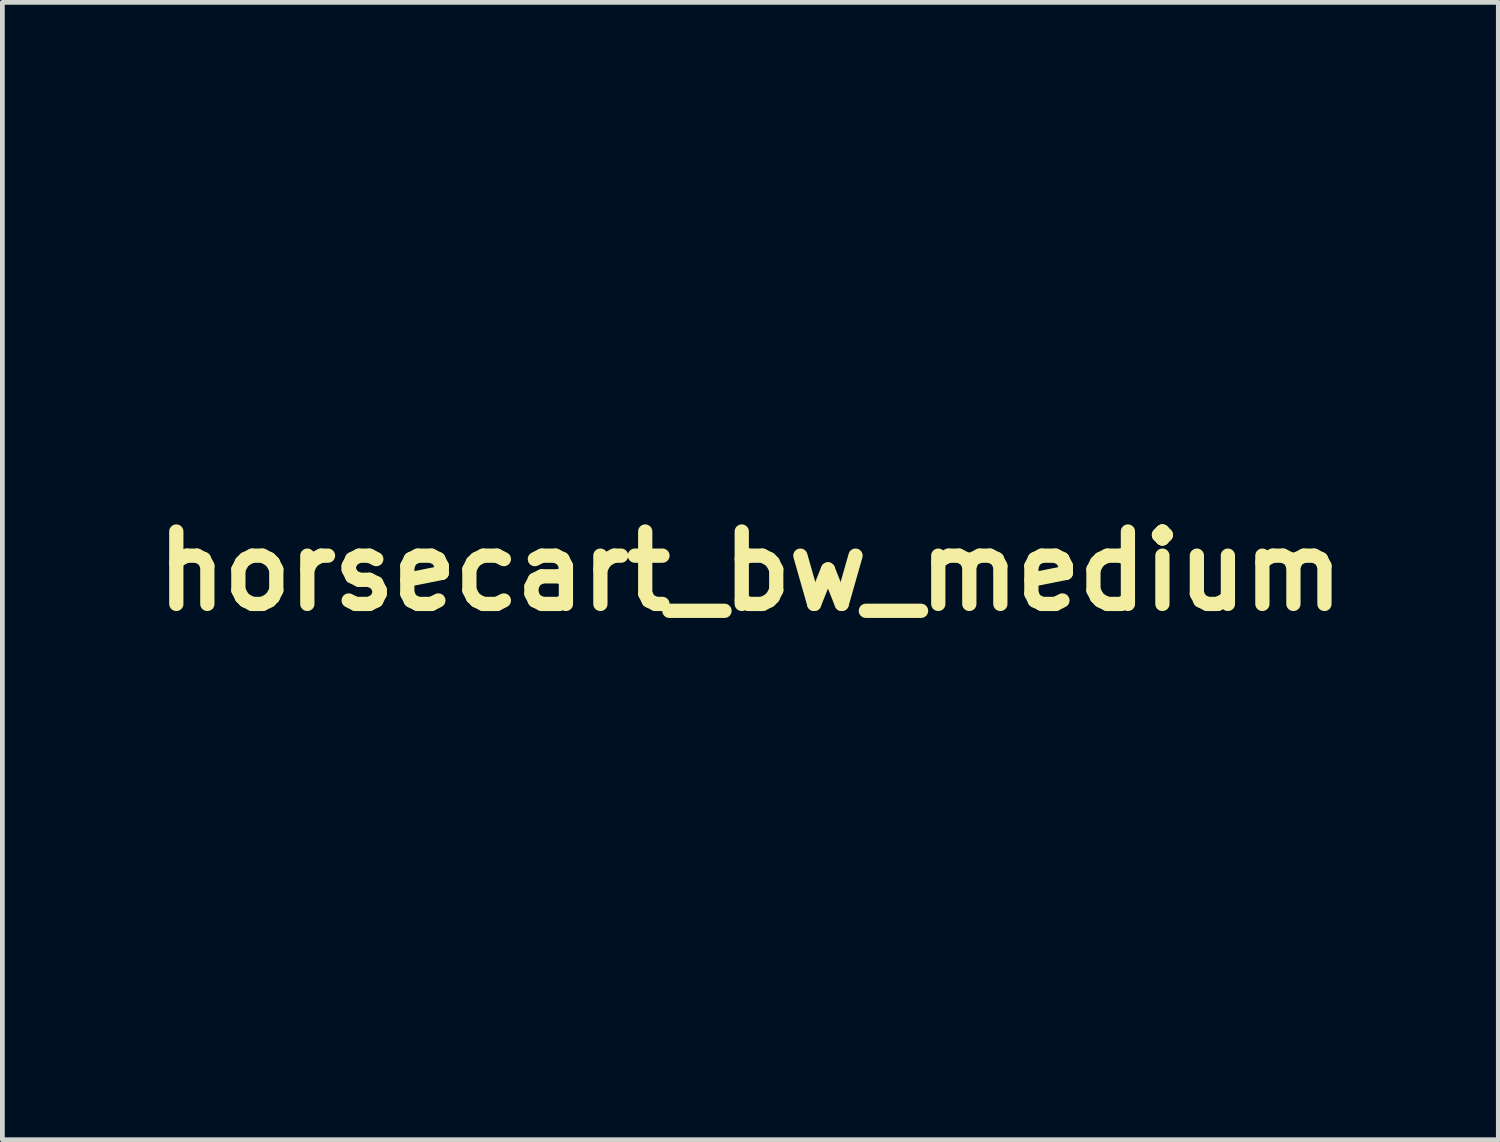
<source format=kicad_pcb>
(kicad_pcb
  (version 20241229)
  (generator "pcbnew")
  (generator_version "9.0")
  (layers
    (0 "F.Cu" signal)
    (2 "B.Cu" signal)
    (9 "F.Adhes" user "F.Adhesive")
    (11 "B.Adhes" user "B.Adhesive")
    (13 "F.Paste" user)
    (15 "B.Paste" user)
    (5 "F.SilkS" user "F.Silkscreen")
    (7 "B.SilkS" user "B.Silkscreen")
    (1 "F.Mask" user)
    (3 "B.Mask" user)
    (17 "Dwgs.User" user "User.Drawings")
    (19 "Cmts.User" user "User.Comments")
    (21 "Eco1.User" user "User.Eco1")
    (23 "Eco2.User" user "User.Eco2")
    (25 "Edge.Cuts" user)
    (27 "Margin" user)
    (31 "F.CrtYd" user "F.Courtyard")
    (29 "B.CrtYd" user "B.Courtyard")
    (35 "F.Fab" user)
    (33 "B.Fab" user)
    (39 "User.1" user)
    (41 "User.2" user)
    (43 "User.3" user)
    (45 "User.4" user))
  (footprint "horsecart_bw_medium"
    (layer "F.Cu")
    (at 12.744 8.972)
    (property "Reference" "horsecart_bw_medium" (at 0 0 0) (layer "F.SilkS") (effects (font (size 1.524 1.524) (thickness 0.3))))
    (attr through_hole)
    (fp_poly (pts (xy -3.979 -4.699) (xy -4.022 -4.657) (xy -4.064 -4.699) (xy -4.022 -4.741) (xy -3.979 -4.699)) (stroke (width 0.01) (type solid)) (fill no) (layer "Eco2.User"))
    (fp_poly (pts (xy -2.117 -4.699) (xy -2.159 -4.657) (xy -2.201 -4.699) (xy -2.159 -4.741) (xy -2.117 -4.699)) (stroke (width 0.01) (type solid)) (fill no) (layer "Eco2.User"))
    (fp_poly (pts (xy -0.508 -1.566) (xy -0.55 -1.524) (xy -0.593 -1.566) (xy -0.55 -1.609) (xy -0.508 -1.566)) (stroke (width 0.01) (type solid)) (fill no) (layer "Eco2.User"))
    (fp_poly (pts (xy -0.085 -1.82) (xy -0.127 -1.778) (xy -0.169 -1.82) (xy -0.127 -1.863) (xy -0.085 -1.82)) (stroke (width 0.01) (type solid)) (fill no) (layer "Eco2.User"))
    (fp_poly (pts (xy 0.677 1.651) (xy 0.635 1.693) (xy 0.593 1.651) (xy 0.635 1.609) (xy 0.677 1.651)) (stroke (width 0.01) (type solid)) (fill no) (layer "Eco2.User"))
    (fp_poly (pts (xy 7.027 -1.566) (xy 6.985 -1.524) (xy 6.943 -1.566) (xy 6.985 -1.609) (xy 7.027 -1.566)) (stroke (width 0.01) (type solid)) (fill no) (layer "Eco2.User"))
    (fp_poly (pts (xy -9.934 7.479) (xy -9.924 7.579) (xy -9.934 7.592) (xy -9.985 7.58) (xy -9.991 7.535) (xy -9.96 7.466) (xy -9.934 7.479)) (stroke (width 0.01) (type solid)) (fill no) (layer "Eco2.User"))
    (fp_poly (pts (xy 5.56 -3.02) (xy 5.548 -2.969) (xy 5.503 -2.963) (xy 5.434 -2.994) (xy 5.447 -3.02) (xy 5.547 -3.03) (xy 5.56 -3.02)) (stroke (width 0.01) (type solid)) (fill no) (layer "Eco2.User"))
    (fp_poly (pts (xy 5.983 -3.104) (xy 5.971 -3.054) (xy 5.927 -3.048) (xy 5.857 -3.079) (xy 5.87 -3.104) (xy 5.971 -3.115) (xy 5.983 -3.104)) (stroke (width 0.01) (type solid)) (fill no) (layer "Eco2.User"))
    (fp_poly (pts (xy -0.685 -3.708) (xy -0.695 -3.629) (xy -0.742 -3.565) (xy -0.797 -3.629) (xy -0.828 -3.754) (xy -0.813 -3.787) (xy -0.729 -3.801) (xy -0.685 -3.708)) (stroke (width 0.01) (type solid)) (fill no) (layer "Eco2.User"))
    (fp_poly (pts (xy -1.016 -6.054) (xy -0.935 -5.945) (xy -0.931 -5.922) (xy -0.996 -5.844) (xy -1.016 -5.842) (xy -1.09 -5.911) (xy -1.101 -5.974) (xy -1.06 -6.062) (xy -1.016 -6.054)) (stroke (width 0.01) (type solid)) (fill no) (layer "Eco2.User"))
    (fp_poly (pts (xy 7.789 -2.074) (xy 7.87 -1.998) (xy 7.874 -1.985) (xy 7.808 -1.948) (xy 7.789 -1.947) (xy 7.708 -2.012) (xy 7.705 -2.037) (xy 7.757 -2.088) (xy 7.789 -2.074)) (stroke (width 0.01) (type solid)) (fill no) (layer "Eco2.User"))
    (fp_poly (pts (xy -0.038 -1.675) (xy -0.023 -1.563) (xy -0.096 -1.429) (xy -0.208 -1.356) (xy -0.221 -1.355) (xy -0.328 -1.398) (xy -0.339 -1.429) (xy -0.285 -1.535) (xy -0.17 -1.638) (xy -0.062 -1.684) (xy -0.038 -1.675)) (stroke (width 0.01) (type solid)) (fill no) (layer "Eco2.User"))
    (fp_poly (pts (xy 9.691 3.048) (xy 9.806 3.122) (xy 9.979 3.263) (xy 10.071 3.374) (xy 10.075 3.392) (xy 10.028 3.468) (xy 9.91 3.423) (xy 9.805 3.323) (xy 9.649 3.124) (xy 9.611 3.03) (xy 9.691 3.048)) (stroke (width 0.01) (type solid)) (fill no) (layer "Eco2.User"))
    (fp_poly (pts (xy 3.901 -8.967) (xy 3.979 -8.896) (xy 3.979 -8.885) (xy 4.03 -8.833) (xy 4.058 -8.844) (xy 4.165 -8.828) (xy 4.273 -8.69) (xy 4.36 -8.476) (xy 4.402 -8.23) (xy 4.403 -8.194) (xy 4.378 -7.968) (xy 4.284 -7.783) (xy 4.091 -7.595) (xy 3.86 -7.426) (xy 3.695 -7.28) (xy 3.642 -7.166) (xy 3.715 -7.113) (xy 3.733 -7.112) (xy 3.859 -7.158) (xy 4.047 -7.27) (xy 4.077 -7.291) (xy 4.29 -7.404) (xy 4.415 -7.384) (xy 4.445 -7.278) (xy 4.506 -7.175) (xy 4.604 -7.088) (xy 4.71 -6.975) (xy 4.69 -6.839) (xy 4.66 -6.78) (xy 4.6 -6.645) (xy 4.644 -6.619) (xy 4.724 -6.641) (xy 4.881 -6.64) (xy 4.931 -6.585) (xy 4.946 -6.464) (xy 4.961 -6.209) (xy 4.974 -5.853) (xy 4.984 -5.433) (xy 4.985 -5.334) (xy 4.999 -4.681) (xy 5.023 -4.173) (xy 5.06 -3.785) (xy 5.112 -3.494) (xy 5.183 -3.275) (xy 5.215 -3.207) (xy 5.277 -3.029) (xy 5.267 -2.921) (xy 5.308 -2.899) (xy 5.463 -2.903) (xy 5.682 -2.926) (xy 5.912 -2.962) (xy 6.103 -3.006) (xy 6.149 -3.022) (xy 6.252 -3.02) (xy 6.265 -2.989) (xy 6.189 -2.913) (xy 5.99 -2.819) (xy 5.711 -2.721) (xy 5.393 -2.635) (xy 5.081 -2.574) (xy 5.059 -2.571) (xy 4.804 -2.518) (xy 4.606 -2.415) (xy 4.401 -2.224) (xy 4.313 -2.126) (xy 4.088 -1.874) (xy 3.874 -1.64) (xy 3.763 -1.523) (xy 3.62 -1.315) (xy 3.556 -1.103) (xy 3.556 -1.094) (xy 3.519 -0.823) (xy 3.425 -0.49) (xy 3.298 -0.165) (xy 3.163 0.081) (xy 3.127 0.127) (xy 3.032 0.308) (xy 3.089 0.445) (xy 3.284 0.524) (xy 3.514 0.536) (xy 3.875 0.506) (xy 4.264 0.45) (xy 4.635 0.379) (xy 4.942 0.3) (xy 5.14 0.223) (xy 5.171 0.202) (xy 5.315 0.106) (xy 5.383 0.086) (xy 5.529 0.049) (xy 5.742 -0.045) (xy 5.97 -0.168) (xy 6.16 -0.29) (xy 6.258 -0.382) (xy 6.262 -0.395) (xy 6.319 -0.507) (xy 6.461 -0.69) (xy 6.587 -0.829) (xy 6.76 -1.026) (xy 6.866 -1.18) (xy 6.883 -1.238) (xy 6.93 -1.327) (xy 7.072 -1.448) (xy 7.25 -1.562) (xy 7.405 -1.627) (xy 7.455 -1.63) (xy 7.526 -1.678) (xy 7.535 -1.736) (xy 7.49 -1.848) (xy 7.451 -1.863) (xy 7.368 -1.927) (xy 7.366 -1.947) (xy 7.423 -2.024) (xy 7.568 -1.997) (xy 7.761 -1.873) (xy 7.763 -1.871) (xy 7.867 -1.762) (xy 7.917 -1.623) (xy 7.926 -1.401) (xy 7.916 -1.199) (xy 7.883 -0.892) (xy 7.834 -0.634) (xy 7.792 -0.512) (xy 7.741 -0.298) (xy 7.754 -0.129) (xy 7.766 0.034) (xy 7.721 0.085) (xy 7.693 0.154) (xy 7.737 0.34) (xy 7.771 0.433) (xy 7.907 0.782) (xy 8.06 0.593) (xy 8.173 0.484) (xy 8.213 0.523) (xy 8.213 0.525) (xy 8.263 0.68) (xy 8.346 0.809) (xy 8.428 0.898) (xy 8.432 0.877) (xy 8.461 0.783) (xy 8.552 0.737) (xy 8.695 0.624) (xy 8.721 0.51) (xy 8.754 0.377) (xy 8.875 0.376) (xy 8.877 0.377) (xy 8.987 0.382) (xy 9.033 0.277) (xy 9.041 0.158) (xy 9.076 -0.049) (xy 9.151 -0.173) (xy 9.152 -0.174) (xy 9.237 -0.299) (xy 9.28 -0.471) (xy 9.326 -0.661) (xy 9.389 -0.756) (xy 9.453 -0.886) (xy 9.458 -1.127) (xy 9.414 -1.435) (xy 9.332 -1.765) (xy 9.22 -2.075) (xy 9.088 -2.319) (xy 9.011 -2.411) (xy 8.869 -2.569) (xy 8.806 -2.693) (xy 8.805 -2.698) (xy 8.737 -2.784) (xy 8.685 -2.794) (xy 8.555 -2.856) (xy 8.531 -2.897) (xy 8.428 -2.959) (xy 8.166 -2.988) (xy 7.889 -2.99) (xy 7.584 -2.995) (xy 7.351 -3.018) (xy 7.237 -3.053) (xy 7.234 -3.057) (xy 7.122 -3.114) (xy 6.959 -3.135) (xy 6.809 -3.145) (xy 6.813 -3.182) (xy 6.888 -3.229) (xy 7.071 -3.272) (xy 7.368 -3.276) (xy 7.729 -3.245) (xy 8.102 -3.185) (xy 8.439 -3.099) (xy 8.494 -3.081) (xy 8.796 -2.944) (xy 9.086 -2.768) (xy 9.119 -2.744) (xy 9.278 -2.632) (xy 9.416 -2.575) (xy 9.589 -2.567) (xy 9.852 -2.598) (xy 9.988 -2.618) (xy 10.486 -2.655) (xy 10.855 -2.586) (xy 11.103 -2.407) (xy 11.234 -2.115) (xy 11.261 -1.836) (xy 11.227 -1.576) (xy 11.099 -1.377) (xy 10.999 -1.284) (xy 10.54 -0.872) (xy 10.186 -0.511) (xy 9.903 -0.155) (xy 9.655 0.24) (xy 9.414 0.702) (xy 9.243 1.057) (xy 9.103 1.354) (xy 9.008 1.561) (xy 8.975 1.647) (xy 9.04 1.713) (xy 9.206 1.835) (xy 9.335 1.92) (xy 9.677 2.154) (xy 9.926 2.358) (xy 10.059 2.51) (xy 10.075 2.559) (xy 10.005 2.636) (xy 9.83 2.735) (xy 9.769 2.761) (xy 9.547 2.838) (xy 9.379 2.834) (xy 9.185 2.757) (xy 8.969 2.67) (xy 8.806 2.632) (xy 8.793 2.632) (xy 8.775 2.664) (xy 8.89 2.733) (xy 8.899 2.737) (xy 9.173 2.901) (xy 9.489 3.151) (xy 9.801 3.443) (xy 10.066 3.737) (xy 10.238 3.989) (xy 10.252 4.019) (xy 10.338 4.277) (xy 10.421 4.629) (xy 10.484 5.003) (xy 10.486 5.024) (xy 10.524 5.387) (xy 10.526 5.635) (xy 10.49 5.821) (xy 10.435 5.954) (xy 10.322 6.182) (xy 10.233 6.365) (xy 10.23 6.371) (xy 9.926 6.873) (xy 9.507 7.319) (xy 9.068 7.658) (xy 8.868 7.785) (xy 8.686 7.859) (xy 8.467 7.895) (xy 8.153 7.906) (xy 8.014 7.906) (xy 7.574 7.889) (xy 7.235 7.834) (xy 6.931 7.729) (xy 6.905 7.717) (xy 6.365 7.425) (xy 5.978 7.094) (xy 5.758 6.774) (xy 5.596 6.539) (xy 5.351 6.334) (xy 5.071 6.169) (xy 4.593 5.849) (xy 4.391 5.63) (xy 4.572 5.63) (xy 4.614 5.673) (xy 4.657 5.63) (xy 4.614 5.588) (xy 4.572 5.63) (xy 4.391 5.63) (xy 4.225 5.45) (xy 4.166 5.372) (xy 5.968 5.372) (xy 5.999 5.832) (xy 6.108 6.228) (xy 6.173 6.356) (xy 6.336 6.593) (xy 6.521 6.825) (xy 6.693 7.009) (xy 6.816 7.106) (xy 6.838 7.112) (xy 6.942 7.168) (xy 7.094 7.305) (xy 7.109 7.32) (xy 7.274 7.459) (xy 7.412 7.467) (xy 7.457 7.447) (xy 7.612 7.388) (xy 7.756 7.365) (xy 7.841 7.379) (xy 7.817 7.43) (xy 7.798 7.443) (xy 7.735 7.51) (xy 7.828 7.556) (xy 7.841 7.559) (xy 8.029 7.602) (xy 8.118 7.597) (xy 8.166 7.542) (xy 8.149 7.449) (xy 8.108 7.426) (xy 8.102 7.409) (xy 8.231 7.418) (xy 8.248 7.42) (xy 8.451 7.405) (xy 8.703 7.334) (xy 8.729 7.324) (xy 8.975 7.324) (xy 9.017 7.366) (xy 9.059 7.324) (xy 9.017 7.281) (xy 8.975 7.324) (xy 8.729 7.324) (xy 8.952 7.23) (xy 9.145 7.114) (xy 9.228 7.009) (xy 9.229 7.003) (xy 9.281 6.886) (xy 9.412 6.708) (xy 9.461 6.651) (xy 9.694 6.392) (xy 9.44 6.621) (xy 8.97 6.947) (xy 8.456 7.133) (xy 7.935 7.167) (xy 7.895 7.163) (xy 7.424 7.069) (xy 7.064 6.898) (xy 6.762 6.625) (xy 6.738 6.597) (xy 6.505 6.223) (xy 9.737 6.223) (xy 9.779 6.265) (xy 9.821 6.223) (xy 9.779 6.181) (xy 9.737 6.223) (xy 6.505 6.223) (xy 6.443 6.125) (xy 6.285 5.594) (xy 6.27 5.045) (xy 6.402 4.519) (xy 6.444 4.425) (xy 6.549 4.165) (xy 6.563 4.019) (xy 6.495 3.999) (xy 6.35 4.119) (xy 6.308 4.165) (xy 6.126 4.484) (xy 6.012 4.905) (xy 5.968 5.372) (xy 4.166 5.372) (xy 4.045 5.214) (xy 3.897 5.036) (xy 3.821 4.96) (xy 3.7 4.959) (xy 3.495 5.018) (xy 3.426 5.044) (xy 3.153 5.122) (xy 2.916 5.128) (xy 2.897 5.124) (xy 2.719 5.12) (xy 2.536 5.223) (xy 2.421 5.327) (xy 2.307 5.43) (xy 2.193 5.504) (xy 2.047 5.557) (xy 1.835 5.596) (xy 1.524 5.629) (xy 1.082 5.665) (xy 1.015 5.67) (xy 0.317 5.72) (xy -0.236 5.749) (xy -0.667 5.758) (xy -0.999 5.744) (xy -1.256 5.707) (xy -1.459 5.645) (xy -1.633 5.559) (xy -1.651 5.548) (xy -2.006 5.379) (xy -2.313 5.355) (xy -2.612 5.472) (xy -2.667 5.508) (xy -3.21 5.821) (xy -3.766 6.04) (xy -4.296 6.153) (xy -4.759 6.148) (xy -4.788 6.143) (xy -4.96 6.092) (xy -5.062 5.988) (xy -5.137 5.782) (xy -5.16 5.692) (xy -5.287 5.276) (xy -5.44 4.925) (xy -5.601 4.671) (xy -5.753 4.549) (xy -5.761 4.547) (xy -5.877 4.542) (xy -5.868 4.601) (xy -5.793 4.723) (xy -5.66 4.935) (xy -5.542 5.122) (xy -5.384 5.397) (xy -5.263 5.652) (xy -5.22 5.779) (xy -5.156 6.045) (xy -5.111 6.231) (xy -5.1 6.439) (xy -5.131 6.728) (xy -5.166 6.907) (xy -5.313 7.279) (xy -5.567 7.691) (xy -5.892 8.095) (xy -6.252 8.443) (xy -6.441 8.586) (xy -6.838 8.776) (xy -7.342 8.903) (xy -7.904 8.962) (xy -8.472 8.949) (xy -8.995 8.861) (xy -9.223 8.789) (xy -9.652 8.558) (xy -9.922 8.34) (xy -9.229 8.34) (xy -9.186 8.382) (xy -9.144 8.34) (xy -9.186 8.297) (xy -9.229 8.34) (xy -9.922 8.34) (xy -10.076 8.215) (xy -10.442 7.811) (xy -10.654 7.477) (xy -10.757 7.206) (xy -10.787 7.088) (xy -10.187 7.088) (xy -10.14 7.312) (xy -10.02 7.596) (xy -9.86 7.775) (xy -9.602 7.914) (xy -9.575 7.925) (xy -9.325 8.053) (xy -9.118 8.196) (xy -9.103 8.21) (xy -8.839 8.357) (xy -8.466 8.437) (xy -8.031 8.449) (xy -7.579 8.39) (xy -7.255 8.296) (xy -6.924 8.139) (xy -6.599 7.932) (xy -6.468 7.827) (xy -6.138 7.528) (xy -6.562 7.819) (xy -7.094 8.115) (xy -7.643 8.266) (xy -8.086 8.295) (xy -8.616 8.219) (xy -9.094 7.988) (xy -9.532 7.598) (xy -9.547 7.58) (xy -9.675 7.408) (xy -6.181 7.408) (xy -6.138 7.451) (xy -6.096 7.408) (xy -6.138 7.366) (xy -6.181 7.408) (xy -9.675 7.408) (xy -9.807 7.23) (xy -9.906 6.985) (xy -5.927 6.985) (xy -5.884 7.027) (xy -5.842 6.985) (xy -5.884 6.943) (xy -5.927 6.985) (xy -9.906 6.985) (xy -9.948 6.879) (xy -9.988 6.469) (xy -9.971 6.171) (xy -9.96 5.921) (xy -9.982 5.821) (xy -10.027 5.858) (xy -10.083 6.018) (xy -10.138 6.288) (xy -10.152 6.381) (xy -10.179 6.688) (xy -10.156 6.841) (xy -10.129 6.858) (xy -10.093 6.898) (xy -10.135 6.952) (xy -10.187 7.088) (xy -10.787 7.088) (xy -10.845 6.855) (xy -10.885 6.598) (xy -10.935 6.272) (xy -11.003 5.982) (xy -11.06 5.825) (xy -11.115 5.63) (xy -9.906 5.63) (xy -9.864 5.673) (xy -9.821 5.63) (xy -9.864 5.588) (xy -9.906 5.63) (xy -11.115 5.63) (xy -11.155 5.49) (xy -11.155 5.461) (xy -10.753 5.461) (xy -10.71 5.503) (xy -10.668 5.461) (xy -10.71 5.419) (xy -10.753 5.461) (xy -11.155 5.461) (xy -11.159 5.292) (xy -10.668 5.292) (xy -10.626 5.334) (xy -10.583 5.292) (xy -10.626 5.249) (xy -10.668 5.292) (xy -11.159 5.292) (xy -11.163 5.131) (xy -10.557 5.131) (xy -10.508 5.128) (xy -10.508 5.128) (xy -10.396 5.012) (xy -10.321 4.896) (xy -10.271 4.775) (xy -10.32 4.778) (xy -10.32 4.778) (xy -10.432 4.894) (xy -10.507 5.01) (xy -10.557 5.131) (xy -11.163 5.131) (xy -11.165 5.062) (xy -11.094 4.594) (xy -11.075 4.53) (xy -0.762 4.53) (xy -0.72 4.572) (xy -0.677 4.53) (xy -0.72 4.487) (xy -0.762 4.53) (xy -11.075 4.53) (xy -10.993 4.258) (xy -10.798 3.861) (xy -10.792 3.852) (xy -6.689 3.852) (xy -6.646 3.895) (xy -6.622 3.871) (xy 6.697 3.871) (xy 6.782 3.853) (xy 6.798 3.847) (xy 6.902 3.78) (xy 6.903 3.742) (xy 6.813 3.751) (xy 6.751 3.799) (xy 6.697 3.871) (xy -6.622 3.871) (xy -6.604 3.852) (xy -6.646 3.81) (xy -6.689 3.852) (xy -10.792 3.852) (xy -10.73 3.771) (xy -8.105 3.771) (xy -7.998 3.784) (xy -7.874 3.787) (xy -7.691 3.78) (xy -7.641 3.763) (xy -7.684 3.75) (xy -7.93 3.736) (xy -8.065 3.75) (xy -8.105 3.771) (xy -10.73 3.771) (xy -10.602 3.602) (xy 6.973 3.602) (xy 6.979 3.641) (xy 7.047 3.576) (xy 7.112 3.471) (xy 7.167 3.34) (xy 7.16 3.302) (xy 7.092 3.367) (xy 7.027 3.471) (xy 6.973 3.602) (xy -10.602 3.602) (xy -10.505 3.475) (xy -10.316 3.275) (xy -10.116 3.072) (xy 0.691 3.072) (xy 0.712 3.12) (xy 0.797 3.21) (xy 0.846 3.192) (xy 0.847 3.18) (xy 0.815 3.143) (xy 1.439 3.143) (xy 1.491 3.189) (xy 1.524 3.175) (xy 1.574 3.106) (xy 6.773 3.106) (xy 6.838 3.118) (xy 6.936 3.092) (xy 7.159 3.014) (xy 7.179 3.006) (xy 9.059 3.006) (xy 9.102 3.048) (xy 9.144 3.006) (xy 9.102 2.963) (xy 9.059 3.006) (xy 7.179 3.006) (xy 7.415 2.913) (xy 7.422 2.91) (xy 7.639 2.797) (xy 7.698 2.72) (xy 7.612 2.697) (xy 7.389 2.743) (xy 7.329 2.763) (xy 7.118 2.851) (xy 6.938 2.951) (xy 6.814 3.043) (xy 6.773 3.106) (xy 1.574 3.106) (xy 1.606 3.063) (xy 1.609 3.038) (xy 1.556 2.992) (xy 1.524 3.006) (xy 1.442 3.118) (xy 1.439 3.143) (xy 0.815 3.143) (xy 0.787 3.108) (xy 0.749 3.082) (xy 0.691 3.072) (xy -10.116 3.072) (xy -10.089 3.044) (xy -9.917 2.864) (xy -9.828 2.763) (xy -9.821 2.752) (xy -9.894 2.716) (xy -10.07 2.668) (xy -10.081 2.666) (xy -10.284 2.581) (xy -10.322 2.54) (xy -9.906 2.54) (xy -9.845 2.622) (xy -9.826 2.625) (xy -9.712 2.563) (xy -9.694 2.54) (xy -9.711 2.478) (xy 0.092 2.478) (xy 0.117 2.598) (xy 0.178 2.781) (xy 0.261 2.962) (xy 0.341 3.047) (xy 0.347 3.048) (xy 0.422 3.014) (xy 0.423 3.008) (xy 0.385 2.921) (xy 0.593 2.921) (xy 0.635 2.963) (xy 0.677 2.921) (xy 0.635 2.879) (xy 0.593 2.921) (xy 0.385 2.921) (xy 0.383 2.916) (xy 0.291 2.752) (xy 0.508 2.752) (xy 0.55 2.794) (xy 0.593 2.752) (xy 0.55 2.709) (xy 0.508 2.752) (xy 0.291 2.752) (xy 0.284 2.74) (xy 0.254 2.69) (xy 0.156 2.54) (xy 0.423 2.54) (xy 0.452 2.622) (xy 0.461 2.625) (xy 0.533 2.565) (xy 0.55 2.54) (xy 0.545 2.484) (xy 0.79 2.484) (xy 0.802 2.534) (xy 0.847 2.54) (xy 0.916 2.509) (xy 0.905 2.488) (xy 1.36 2.488) (xy 1.36 2.544) (xy 1.367 2.729) (xy 1.39 2.758) (xy 1.432 2.667) (xy 8.043 2.667) (xy 8.086 2.709) (xy 8.128 2.667) (xy 8.467 2.667) (xy 8.509 2.709) (xy 8.551 2.667) (xy 8.509 2.625) (xy 8.467 2.667) (xy 8.128 2.667) (xy 8.086 2.625) (xy 8.043 2.667) (xy 1.432 2.667) (xy 1.441 2.648) (xy 1.447 2.631) (xy 1.483 2.418) (xy 1.442 2.339) (xy 1.381 2.335) (xy 1.36 2.488) (xy 0.905 2.488) (xy 0.903 2.484) (xy 0.803 2.473) (xy 0.79 2.484) (xy 0.545 2.484) (xy 0.544 2.462) (xy 0.513 2.455) (xy 0.427 2.517) (xy 0.423 2.54) (xy 0.156 2.54) (xy 0.137 2.51) (xy 0.092 2.478) (xy -9.711 2.478) (xy -9.714 2.468) (xy -9.774 2.455) (xy -9.89 2.5) (xy -9.906 2.54) (xy -10.322 2.54) (xy -10.402 2.456) (xy -10.4 2.332) (xy -10.385 2.313) (xy -10.287 2.264) (xy -10.07 2.176) (xy -9.775 2.066) (xy -9.679 2.032) (xy -9.44 1.947) (xy 0.085 1.947) (xy 0.116 2.017) (xy 0.141 2.004) (xy 0.151 1.903) (xy 0.141 1.891) (xy 0.091 1.903) (xy 0.085 1.947) (xy -9.44 1.947) (xy -9.023 1.8) (xy -8.921 1.401) (xy -8.915 1.379) (xy -0.494 1.379) (xy -0.474 1.426) (xy -0.389 1.517) (xy -0.351 1.503) (xy 0.5 1.503) (xy 0.527 1.649) (xy 0.599 1.811) (xy 0.648 1.877) (xy 0.776 1.987) (xy 0.88 2.033) (xy 0.914 2) (xy 0.893 1.953) (xy 0.922 1.871) (xy 1.025 1.817) (xy 1.201 1.811) (xy 1.269 1.861) (xy 1.356 1.893) (xy 1.512 1.792) (xy 1.555 1.754) (xy 1.778 1.547) (xy 1.418 1.614) (xy 1.074 1.636) (xy 0.812 1.56) (xy 0.635 1.477) (xy 0.539 1.44) (xy 0.537 1.439) (xy 0.5 1.503) (xy -0.351 1.503) (xy -0.339 1.498) (xy -0.339 1.487) (xy -0.399 1.415) (xy -0.436 1.389) (xy -0.494 1.379) (xy -8.915 1.379) (xy -8.872 1.228) (xy -0.593 1.228) (xy -0.55 1.27) (xy -0.508 1.228) (xy -0.55 1.185) (xy -0.593 1.228) (xy -8.872 1.228) (xy -8.844 1.125) (xy -0.325 1.125) (xy -0.304 1.172) (xy -0.219 1.263) (xy -0.17 1.244) (xy -0.169 1.233) (xy -0.229 1.161) (xy -0.267 1.135) (xy -0.325 1.125) (xy -8.844 1.125) (xy -8.842 1.118) (xy -8.766 0.972) (xy -8.662 0.935) (xy -8.499 0.978) (xy -8.46 0.993) (xy -8.313 1.04) (xy -8.216 1.023) (xy -8.131 0.911) (xy -8.054 0.749) (xy 1.753 0.749) (xy 1.803 0.864) (xy 1.807 0.866) (xy 1.899 0.917) (xy 1.938 0.886) (xy 1.947 0.736) (xy 1.947 0.635) (xy 1.935 0.508) (xy 2.879 0.508) (xy 2.943 0.59) (xy 2.963 0.593) (xy 3.046 0.528) (xy 3.048 0.508) (xy 2.984 0.426) (xy 2.963 0.423) (xy 2.881 0.488) (xy 2.879 0.508) (xy 1.935 0.508) (xy 1.929 0.439) (xy 1.882 0.341) (xy 1.873 0.339) (xy 1.798 0.41) (xy 1.755 0.572) (xy 1.753 0.749) (xy -8.054 0.749) (xy -8.02 0.677) (xy 1.524 0.677) (xy 1.555 0.747) (xy 1.58 0.734) (xy 1.591 0.633) (xy 1.58 0.621) (xy 1.53 0.633) (xy 1.524 0.677) (xy -8.02 0.677) (xy -8.02 0.677) (xy -8.008 0.65) (xy -7.982 0.602) (xy -3.011 0.602) (xy -2.992 0.627) (xy -2.87 0.565) (xy -2.847 0.549) (xy -2.692 0.438) (xy -2.625 0.37) (xy -2.625 0.368) (xy -2.681 0.367) (xy -2.807 0.432) (xy -2.94 0.527) (xy -3.011 0.602) (xy -7.982 0.602) (xy -7.92 0.483) (xy -4.942 0.483) (xy -4.826 0.495) (xy -4.706 0.481) (xy -4.72 0.452) (xy -4.894 0.441) (xy -4.932 0.452) (xy -4.942 0.483) (xy -7.92 0.483) (xy -7.845 0.339) (xy -7.759 0.212) (xy -2.963 0.212) (xy -2.921 0.254) (xy -2.879 0.212) (xy -2.921 0.169) (xy -2.963 0.212) (xy -7.759 0.212) (xy -7.702 0.127) (xy -2.794 0.127) (xy -2.752 0.169) (xy -2.709 0.127) (xy -2.752 0.085) (xy -2.794 0.127) (xy -7.702 0.127) (xy -7.667 0.074) (xy -7.5 -0.108) (xy -7.382 -0.169) (xy -7.273 -0.125) (xy -7.126 -0.034) (xy -7.052 0.009) (xy -6.956 0.037) (xy -6.816 0.05) (xy -6.609 0.047) (xy -6.313 0.028) (xy -5.904 -0.009) (xy -5.36 -0.063) (xy -5.059 -0.094) (xy -4.429 -0.162) (xy -3.947 -0.219) (xy -3.592 -0.269) (xy -3.344 -0.316) (xy -3.182 -0.363) (xy -3.085 -0.413) (xy -3.054 -0.443) (xy -2.947 -0.531) (xy -2.793 -0.564) (xy -2.54 -0.553) (xy -2.449 -0.543) (xy -1.975 -0.548) (xy -1.597 -0.677) (xy -1.378 -0.862) (xy -1.351 -0.991) (xy -1.356 -1.233) (xy -1.386 -1.539) (xy -1.434 -1.858) (xy -1.493 -2.138) (xy -1.516 -2.21) (xy -1.202 -2.21) (xy -1.139 -2.109) (xy -1.045 -1.892) (xy -0.94 -1.602) (xy -0.929 -1.566) (xy -0.823 -1.262) (xy -0.727 -1.015) (xy -0.66 -0.877) (xy -0.656 -0.872) (xy -0.615 -0.733) (xy -0.63 -0.686) (xy -0.638 -0.567) (xy -0.61 -0.333) (xy -0.552 -0.033) (xy -0.547 -0.01) (xy -0.465 0.311) (xy -0.389 0.5) (xy -0.301 0.592) (xy -0.227 0.618) (xy 0.063 0.655) (xy 0.352 0.662) (xy 0.575 0.639) (xy 0.648 0.613) (xy 0.694 0.515) (xy 0.76 0.286) (xy 0.84 -0.039) (xy 0.926 -0.422) (xy 1.011 -0.829) (xy 1.087 -1.223) (xy 1.145 -1.568) (xy 1.18 -1.83) (xy 1.185 -1.928) (xy 1.238 -2.103) (xy 1.368 -2.318) (xy 1.408 -2.369) (xy 1.517 -2.498) (xy 2.879 -2.498) (xy 2.921 -2.455) (xy 2.963 -2.498) (xy 2.921 -2.54) (xy 2.879 -2.498) (xy 1.517 -2.498) (xy 1.624 -2.625) (xy 2.54 -2.625) (xy 2.571 -2.555) (xy 2.583 -2.561) (xy 3.069 -2.561) (xy 3.11 -2.484) (xy 3.295 -2.469) (xy 3.615 -2.518) (xy 3.683 -2.534) (xy 3.842 -2.578) (xy 3.847 -2.613) (xy 3.768 -2.641) (xy 3.521 -2.68) (xy 3.282 -2.667) (xy 3.111 -2.61) (xy 3.069 -2.561) (xy 2.583 -2.561) (xy 2.596 -2.568) (xy 2.607 -2.669) (xy 2.596 -2.681) (xy 2.546 -2.669) (xy 2.54 -2.625) (xy 1.624 -2.625) (xy 1.631 -2.634) (xy 1.429 -2.589) (xy 0.67 -2.451) (xy -0.184 -2.347) (xy -0.512 -2.319) (xy -0.838 -2.289) (xy -1.078 -2.255) (xy -1.198 -2.224) (xy -1.202 -2.21) (xy -1.516 -2.21) (xy -1.555 -2.329) (xy -1.586 -2.375) (xy -1.694 -2.427) (xy -1.919 -2.509) (xy -2.213 -2.604) (xy -2.244 -2.613) (xy -2.598 -2.736) (xy -2.94 -2.879) (xy -3.175 -3.002) (xy -3.456 -3.171) (xy -3.783 -3.362) (xy -3.931 -3.447) (xy -4.351 -3.709) (xy -4.41 -3.762) (xy -3.351 -3.762) (xy -3.295 -3.6) (xy -3.284 -3.588) (xy -3.152 -3.521) (xy -2.902 -3.442) (xy -2.587 -3.367) (xy -2.54 -3.357) (xy -2.164 -3.285) (xy -1.921 -3.244) (xy -1.778 -3.232) (xy -1.702 -3.246) (xy -1.661 -3.286) (xy -1.651 -3.302) (xy -1.654 -3.38) (xy -1.682 -3.387) (xy -1.737 -3.409) (xy -1.48 -3.409) (xy -1.467 -3.337) (xy -1.415 -3.14) (xy -1.396 -3.019) (xy -1.375 -2.844) (xy -1.365 -2.773) (xy -1.277 -2.733) (xy -1.049 -2.714) (xy -0.707 -2.715) (xy -0.278 -2.735) (xy 0.209 -2.775) (xy 0.497 -2.805) (xy 0.962 -2.864) (xy 1.274 -2.919) (xy 1.446 -2.978) (xy 1.495 -3.047) (xy 1.494 -3.048) (xy 2.709 -3.048) (xy 2.738 -2.966) (xy 2.747 -2.963) (xy 2.777 -2.988) (xy 3.929 -2.988) (xy 3.941 -2.957) (xy 4.022 -2.882) (xy 4.062 -2.968) (xy 4.064 -3.011) (xy 4.022 -3.098) (xy 3.978 -3.089) (xy 3.929 -2.988) (xy 2.777 -2.988) (xy 2.819 -3.023) (xy 2.836 -3.048) (xy 2.83 -3.126) (xy 2.799 -3.133) (xy 2.713 -3.071) (xy 2.709 -3.048) (xy 1.494 -3.048) (xy 1.436 -3.131) (xy 1.407 -3.153) (xy 3.489 -3.153) (xy 3.517 -3.155) (xy 3.605 -3.236) (xy 3.702 -3.364) (xy 3.706 -3.434) (xy 3.636 -3.409) (xy 3.553 -3.288) (xy 3.489 -3.153) (xy 1.407 -3.153) (xy 1.376 -3.177) (xy 1.235 -3.3) (xy 1.185 -3.383) (xy 1.139 -3.497) (xy 1.017 -3.704) (xy 1.003 -3.725) (xy 2.963 -3.725) (xy 2.994 -3.656) (xy 3.02 -3.669) (xy 3.03 -3.769) (xy 3.02 -3.782) (xy 2.969 -3.77) (xy 2.963 -3.725) (xy 1.003 -3.725) (xy 0.842 -3.97) (xy 0.746 -4.109) (xy 2.932 -4.109) (xy 3.043 -4.012) (xy 3.09 -3.979) (xy 3.301 -3.851) (xy 3.424 -3.825) (xy 3.51 -3.9) (xy 3.556 -3.979) (xy 3.599 -4.114) (xy 3.566 -4.149) (xy 3.424 -4.176) (xy 3.33 -4.205) (xy 3.227 -4.237) (xy 3.237 -4.195) (xy 3.331 -4.084) (xy 3.434 -3.959) (xy 3.419 -3.928) (xy 3.308 -3.953) (xy 3.144 -4.022) (xy 3.084 -4.074) (xy 2.967 -4.145) (xy 2.937 -4.148) (xy 2.932 -4.109) (xy 0.746 -4.109) (xy 0.639 -4.263) (xy 0.629 -4.276) (xy 3.048 -4.276) (xy 3.09 -4.233) (xy 3.133 -4.276) (xy 3.121 -4.287) (xy 4.251 -4.287) (xy 4.255 -4.201) (xy 4.316 -4.027) (xy 4.419 -3.867) (xy 4.528 -3.81) (xy 4.642 -3.765) (xy 4.657 -3.725) (xy 4.599 -3.643) (xy 4.582 -3.641) (xy 4.503 -3.57) (xy 4.463 -3.471) (xy 4.448 -3.328) (xy 4.502 -3.323) (xy 4.609 -3.449) (xy 4.669 -3.548) (xy 4.747 -3.703) (xy 4.748 -3.813) (xy 4.657 -3.937) (xy 4.826 -3.937) (xy 4.868 -3.895) (xy 4.911 -3.937) (xy 4.868 -3.979) (xy 4.826 -3.937) (xy 4.657 -3.937) (xy 4.654 -3.94) (xy 4.521 -4.072) (xy 4.335 -4.243) (xy 4.251 -4.287) (xy 3.121 -4.287) (xy 3.09 -4.318) (xy 3.048 -4.276) (xy 0.629 -4.276) (xy 0.492 -4.463) (xy 3.485 -4.463) (xy 3.506 -4.416) (xy 3.591 -4.325) (xy 3.64 -4.343) (xy 3.641 -4.355) (xy 3.625 -4.374) (xy 4.431 -4.374) (xy 4.443 -4.324) (xy 4.487 -4.318) (xy 4.557 -4.349) (xy 4.544 -4.374) (xy 4.443 -4.385) (xy 4.431 -4.374) (xy 3.625 -4.374) (xy 3.581 -4.427) (xy 3.543 -4.453) (xy 3.485 -4.463) (xy 0.492 -4.463) (xy 0.444 -4.53) (xy 3.302 -4.53) (xy 3.344 -4.487) (xy 3.387 -4.53) (xy 3.344 -4.572) (xy 3.302 -4.53) (xy 0.444 -4.53) (xy 0.431 -4.547) (xy 0.313 -4.699) (xy 0.677 -4.699) (xy 0.72 -4.657) (xy 0.762 -4.699) (xy 0.72 -4.741) (xy 0.677 -4.699) (xy 0.313 -4.699) (xy 0.242 -4.79) (xy 0.098 -4.958) (xy 0.02 -5.018) (xy 0.02 -5.018) (xy -0.046 -5.057) (xy -0.038 -5.103) (xy -0.077 -5.204) (xy -0.215 -5.391) (xy -0.428 -5.631) (xy -0.581 -5.788) (xy -1.164 -6.366) (xy -1.219 -5.998) (xy -1.231 -5.709) (xy -1.206 -5.337) (xy -1.159 -5.02) (xy -1.112 -4.733) (xy -1.094 -4.531) (xy -1.108 -4.452) (xy -1.114 -4.453) (xy -1.236 -4.451) (xy -1.333 -4.41) (xy -1.408 -4.351) (xy -1.346 -4.326) (xy -1.211 -4.321) (xy -0.994 -4.286) (xy -0.87 -4.204) (xy -0.873 -4.101) (xy -0.892 -4.08) (xy -0.97 -4.088) (xy -0.992 -4.128) (xy -1.069 -4.235) (xy -1.14 -4.208) (xy -1.16 -4.075) (xy -1.15 -4.018) (xy -1.127 -3.8) (xy -1.179 -3.688) (xy -1.293 -3.71) (xy -1.313 -3.726) (xy -1.391 -3.767) (xy -1.387 -3.673) (xy -1.38 -3.646) (xy -1.38 -3.508) (xy -1.427 -3.471) (xy -1.48 -3.409) (xy -1.737 -3.409) (xy -1.857 -3.459) (xy -1.954 -3.643) (xy -1.948 -3.889) (xy -1.943 -3.91) (xy -1.897 -4.1) (xy -1.889 -4.203) (xy -1.891 -4.205) (xy -1.981 -4.205) (xy -2.189 -4.177) (xy -2.419 -4.138) (xy -2.722 -4.082) (xy -2.981 -4.035) (xy -3.102 -4.013) (xy -3.278 -3.921) (xy -3.351 -3.762) (xy -4.41 -3.762) (xy -4.613 -3.943) (xy -4.725 -4.165) (xy -4.69 -4.396) (xy -4.514 -4.652) (xy -4.339 -4.83) (xy -3.937 -5.207) (xy -4.276 -4.838) (xy -4.454 -4.637) (xy -4.523 -4.535) (xy -4.492 -4.511) (xy -4.413 -4.529) (xy -4.212 -4.536) (xy -4.137 -4.475) (xy -4.063 -4.422) (xy -3.96 -4.498) (xy -3.913 -4.555) (xy -2.625 -4.555) (xy -2.557 -4.522) (xy -2.397 -4.54) (xy -2.209 -4.596) (xy -2.056 -4.676) (xy -2.053 -4.679) (xy -1.956 -4.832) (xy -1.984 -4.99) (xy -2.039 -5.042) (xy -2.144 -5.021) (xy -2.307 -4.916) (xy -2.475 -4.77) (xy -2.596 -4.627) (xy -2.625 -4.555) (xy -3.913 -4.555) (xy -3.899 -4.572) (xy -3.796 -4.723) (xy -3.802 -4.798) (xy -3.865 -4.83) (xy -3.95 -4.88) (xy -3.901 -4.953) (xy -3.725 -4.953) (xy -3.683 -4.911) (xy -3.641 -4.953) (xy -3.683 -4.995) (xy -3.725 -4.953) (xy -3.901 -4.953) (xy -3.899 -4.956) (xy -3.859 -4.989) (xy -3.804 -5.065) (xy -3.048 -5.065) (xy -3 -5.031) (xy -2.919 -5.082) (xy -2.83 -5.185) (xy -2.829 -5.228) (xy -2.923 -5.229) (xy -3.02 -5.144) (xy -3.048 -5.065) (xy -3.804 -5.065) (xy -3.772 -5.108) (xy -3.795 -5.16) (xy -3.288 -5.16) (xy -3.254 -5.146) (xy -3.126 -5.23) (xy -2.95 -5.376) (xy -2.754 -5.561) (xy -2.628 -5.697) (xy -2.618 -5.715) (xy -2.286 -5.715) (xy -2.244 -5.673) (xy -2.201 -5.715) (xy -2.244 -5.757) (xy -2.286 -5.715) (xy -2.618 -5.715) (xy -2.599 -5.751) (xy -2.675 -5.729) (xy -2.825 -5.624) (xy -3.004 -5.474) (xy -3.169 -5.316) (xy -3.274 -5.189) (xy -3.288 -5.16) (xy -3.795 -5.16) (xy -3.822 -5.222) (xy -3.87 -5.362) (xy -3.811 -5.466) (xy -3.694 -5.482) (xy -3.624 -5.436) (xy -3.487 -5.347) (xy -3.349 -5.379) (xy -3.186 -5.546) (xy -3.055 -5.73) (xy -2.929 -5.884) (xy -2.371 -5.884) (xy -2.328 -5.842) (xy -2.286 -5.884) (xy -2.328 -5.927) (xy -2.371 -5.884) (xy -2.929 -5.884) (xy -2.863 -5.964) (xy -2.641 -6.15) (xy -2.427 -6.268) (xy -2.256 -6.298) (xy -2.169 -6.233) (xy -2.134 -6.217) (xy -2.123 -6.282) (xy -2.16 -6.433) (xy -2.198 -6.475) (xy -2.316 -6.463) (xy -2.516 -6.369) (xy -2.749 -6.221) (xy -2.969 -6.049) (xy -3.082 -5.938) (xy -3.252 -5.787) (xy -3.357 -5.776) (xy -3.387 -5.877) (xy -3.325 -5.99) (xy -3.164 -6.163) (xy -2.982 -6.322) (xy -2.727 -6.556) (xy -2.669 -6.646) (xy -1.693 -6.646) (xy -1.651 -6.604) (xy -1.609 -6.646) (xy -1.651 -6.689) (xy -1.693 -6.646) (xy -2.669 -6.646) (xy -2.611 -6.736) (xy -2.607 -6.795) (xy -2.576 -6.92) (xy -2.498 -6.943) (xy -2.405 -6.956) (xy -2.441 -7.023) (xy -2.492 -7.076) (xy -2.612 -7.289) (xy -2.587 -7.507) (xy -2.495 -7.622) (xy -2.383 -7.676) (xy -2.258 -7.621) (xy -2.157 -7.533) (xy -1.976 -7.307) (xy -1.848 -7.06) (xy -1.765 -6.887) (xy -1.69 -6.821) (xy -1.68 -6.824) (xy -1.585 -6.833) (xy -1.437 -6.764) (xy -1.222 -6.606) (xy -0.925 -6.349) (xy -0.534 -5.982) (xy -0.329 -5.783) (xy 0.022 -5.444) (xy 0.273 -5.213) (xy 0.441 -5.076) (xy 0.543 -5.022) (xy 0.598 -5.036) (xy 0.616 -5.077) (xy 0.676 -5.198) (xy 0.792 -5.238) (xy 0.992 -5.198) (xy 1.306 -5.075) (xy 1.365 -5.049) (xy 1.767 -4.9) (xy 2.151 -4.804) (xy 2.477 -4.769) (xy 2.684 -4.798) (xy 3.33 -4.798) (xy 3.342 -4.747) (xy 3.387 -4.741) (xy 3.456 -4.772) (xy 3.45 -4.784) (xy 4.741 -4.784) (xy 4.784 -4.741) (xy 4.826 -4.784) (xy 4.784 -4.826) (xy 4.741 -4.784) (xy 3.45 -4.784) (xy 3.443 -4.798) (xy 3.343 -4.808) (xy 3.33 -4.798) (xy 2.684 -4.798) (xy 2.705 -4.801) (xy 2.757 -4.83) (xy 2.844 -4.982) (xy 2.875 -5.16) (xy 3.429 -5.16) (xy 3.451 -5.124) (xy 3.57 -5.041) (xy 3.731 -4.942) (xy 3.884 -4.861) (xy 3.967 -4.83) (xy 3.969 -4.89) (xy 3.95 -4.951) (xy 3.972 -5.09) (xy 4.037 -5.151) (xy 4.124 -5.262) (xy 4.108 -5.331) (xy 4.031 -5.362) (xy 3.918 -5.242) (xy 3.903 -5.22) (xy 3.772 -5.075) (xy 3.652 -5.075) (xy 3.638 -5.084) (xy 3.484 -5.152) (xy 3.429 -5.16) (xy 2.875 -5.16) (xy 2.881 -5.196) (xy 2.915 -5.409) (xy 3.217 -5.409) (xy 3.269 -5.363) (xy 3.302 -5.376) (xy 3.333 -5.419) (xy 3.556 -5.419) (xy 3.587 -5.349) (xy 3.612 -5.362) (xy 3.622 -5.461) (xy 3.725 -5.461) (xy 3.768 -5.419) (xy 3.81 -5.461) (xy 3.768 -5.503) (xy 3.725 -5.461) (xy 3.622 -5.461) (xy 3.623 -5.463) (xy 3.612 -5.475) (xy 3.562 -5.463) (xy 3.556 -5.419) (xy 3.333 -5.419) (xy 3.384 -5.488) (xy 3.387 -5.513) (xy 3.334 -5.559) (xy 3.302 -5.546) (xy 3.22 -5.434) (xy 3.217 -5.409) (xy 2.915 -5.409) (xy 2.916 -5.415) (xy 3.004 -5.714) (xy 3.036 -5.796) (xy 3.647 -5.796) (xy 3.733 -5.72) (xy 3.873 -5.636) (xy 4.054 -5.54) (xy 4.131 -5.511) (xy 4.148 -5.533) (xy 4.149 -5.543) (xy 4.082 -5.605) (xy 3.918 -5.703) (xy 3.895 -5.715) (xy 3.702 -5.8) (xy 3.647 -5.796) (xy 3.036 -5.796) (xy 3.061 -5.863) (xy 4.178 -5.863) (xy 4.215 -5.842) (xy 4.316 -5.91) (xy 4.348 -5.968) (xy 4.454 -6.052) (xy 4.538 -6.039) (xy 4.643 -6.032) (xy 4.642 -6.097) (xy 4.556 -6.177) (xy 4.409 -6.223) (xy 4.277 -6.221) (xy 4.233 -6.173) (xy 4.206 -6.046) (xy 4.182 -5.976) (xy 4.178 -5.863) (xy 3.061 -5.863) (xy 3.102 -5.969) (xy 3.132 -6.054) (xy 3.387 -6.054) (xy 3.429 -6.011) (xy 3.471 -6.054) (xy 3.429 -6.096) (xy 3.387 -6.054) (xy 3.132 -6.054) (xy 3.18 -6.19) (xy 3.733 -6.19) (xy 3.799 -6.144) (xy 3.937 -6.16) (xy 4.096 -6.213) (xy 4.149 -6.266) (xy 4.081 -6.357) (xy 3.94 -6.391) (xy 3.813 -6.351) (xy 3.797 -6.332) (xy 3.733 -6.19) (xy 3.18 -6.19) (xy 3.261 -6.418) (xy 3.273 -6.483) (xy 3.477 -6.483) (xy 3.539 -6.435) (xy 3.556 -6.435) (xy 3.638 -6.494) (xy 3.641 -6.513) (xy 3.691 -6.622) (xy 3.816 -6.798) (xy 3.86 -6.852) (xy 4.002 -7.035) (xy 4.009 -7.052) (xy 4.153 -7.052) (xy 4.171 -6.899) (xy 4.273 -6.698) (xy 4.339 -6.607) (xy 4.473 -6.461) (xy 4.558 -6.402) (xy 4.565 -6.404) (xy 4.538 -6.479) (xy 4.426 -6.625) (xy 4.396 -6.658) (xy 4.27 -6.827) (xy 4.282 -6.912) (xy 4.297 -6.919) (xy 4.36 -6.998) (xy 4.311 -7.087) (xy 4.228 -7.112) (xy 4.153 -7.052) (xy 4.009 -7.052) (xy 4.031 -7.104) (xy 3.959 -7.06) (xy 3.796 -6.906) (xy 3.73 -6.837) (xy 3.539 -6.613) (xy 3.477 -6.483) (xy 3.273 -6.483) (xy 3.334 -6.815) (xy 3.318 -7.128) (xy 3.24 -7.294) (xy 3.16 -7.464) (xy 3.103 -7.717) (xy 3.094 -7.802) (xy 3.063 -8.067) (xy 3.019 -8.278) (xy 3.006 -8.319) (xy 2.992 -8.42) (xy 3.089 -8.464) (xy 3.229 -8.473) (xy 3.399 -8.484) (xy 3.413 -8.513) (xy 3.351 -8.542) (xy 3.245 -8.595) (xy 3.254 -8.663) (xy 3.372 -8.79) (xy 3.542 -8.905) (xy 3.737 -8.967) (xy 3.901 -8.967)) (stroke (width 0.01) (type solid)) (fill no) (layer "Eco2.User")))
  (gr_rect
    (start -3 -3)
    (end 28.487 20.939)
    (stroke (width 0.1) (type default))
    (fill no)
    (layer "Edge.Cuts")))
</source>
